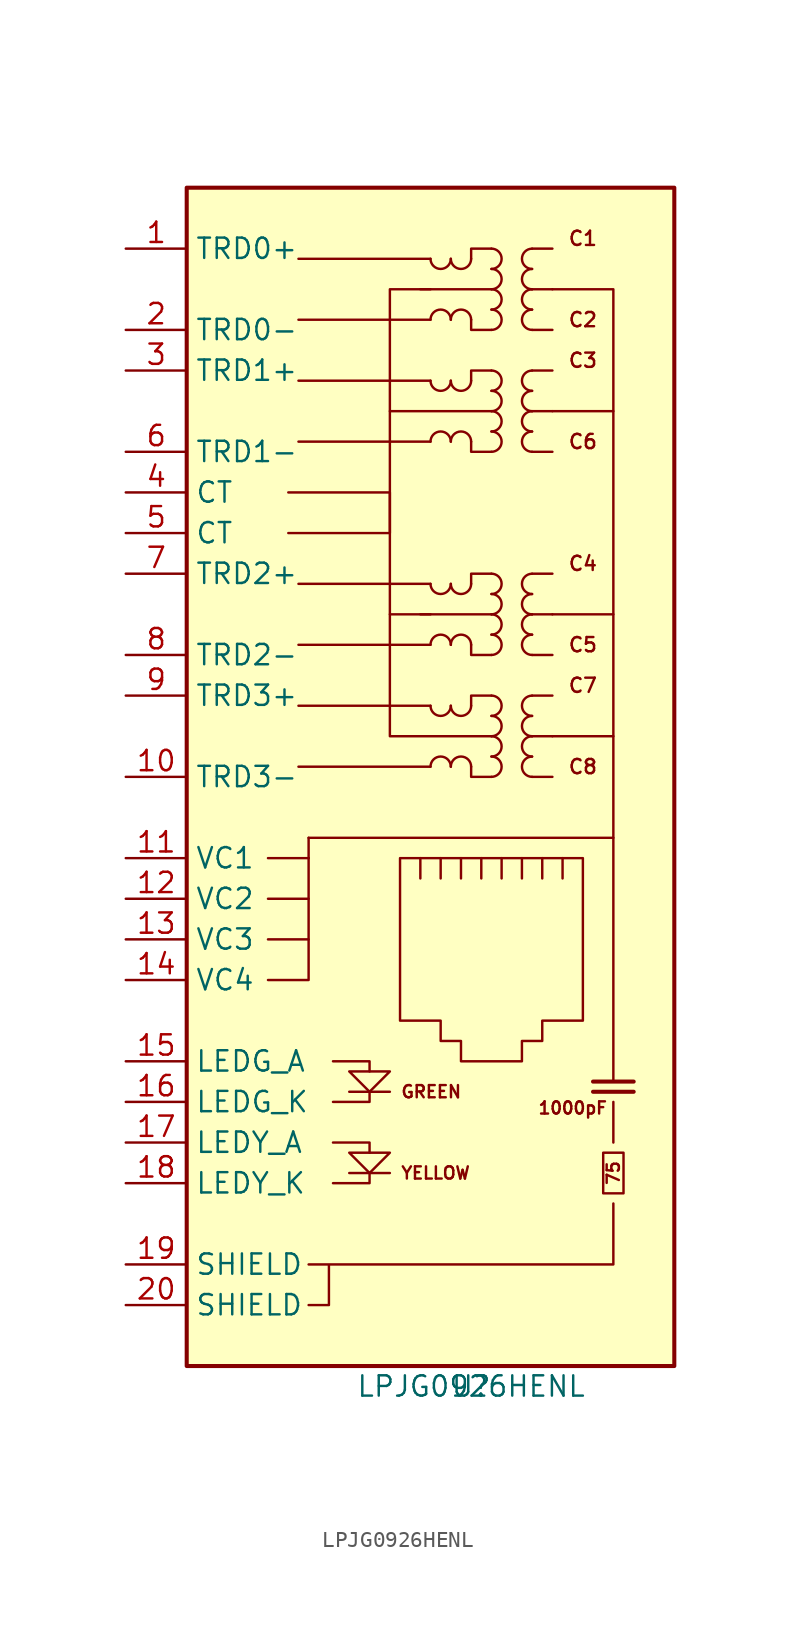
<source format=kicad_sym>
(kicad_symbol_lib
  (version 20241209)
  (generator "kicad_symbol_editor")
  (generator_version "9.0")
  (symbol "LPJG0926HENL"
    (property "Reference" "U"
      (at 0 0 0)
      (effects (font (size 1.27 1.27))))
    (property "Value" "LPJG0926HENL"
      (at 0 0 0)
      (effects (font (size 1.27 1.27))))
    (symbol "LPJG0926HENL_0_1"
      (polyline (pts (xy 1.27 60.96) (xy -5.08 60.96) (xy -5.08 68.58) (xy -2.54 68.58) (xy -5.08 68.58)) (stroke (width 0) (type default)) (fill (type none)))
      (polyline (pts (xy 1.27 40.64) (xy -5.08 40.64) (xy -5.08 48.26) (xy -2.54 48.26) (xy -5.08 48.26)) (stroke (width 0) (type default)) (fill (type none))))
    (symbol "LPJG0926HENL_1_1"
      (rectangle (start -17.78 1.27) (end 12.7 74.93) (stroke (width 0.254) (type default)) (fill (type background)))
      (polyline (pts (xy -12.7 33.02) (xy -10.16 33.02)) (stroke (width 0) (type default)) (fill (type none)))
      (polyline (pts (xy -12.7 30.48) (xy -10.16 30.48)) (stroke (width 0) (type default)) (fill (type none)))
      (polyline (pts (xy -12.7 27.94) (xy -10.16 27.94)) (stroke (width 0) (type default)) (fill (type none)))
      (polyline (pts (xy -11.43 53.34) (xy -5.08 53.34) (xy -5.08 55.88) (xy -11.43 55.88)) (stroke (width 0) (type default)) (fill (type none)))
      (polyline (pts (xy -10.16 34.29) (xy 8.89 34.29) (xy 8.89 68.58) (xy 5.08 68.58)) (stroke (width 0) (type default)) (fill (type none)))
      (polyline (pts (xy -10.16 33.02) (xy -10.16 34.29)) (stroke (width 0) (type default)) (fill (type none)))
      (polyline (pts (xy -10.16 33.02) (xy -10.16 25.4) (xy -12.7 25.4)) (stroke (width 0) (type default)) (fill (type none)))
      (polyline (pts (xy -10.16 5.08) (xy -8.89 5.08) (xy -8.89 7.62) (xy -10.16 7.62) (xy -8.89 7.62) (xy 8.89 7.62) (xy 8.89 11.43)) (stroke (width 0) (type default)) (fill (type none)))
      (polyline (pts (xy -8.636 20.32) (xy -6.35 20.32) (xy -6.35 19.685)) (stroke (width 0) (type default)) (fill (type none)))
      (polyline (pts (xy -8.636 15.24) (xy -6.35 15.24) (xy -6.35 14.605)) (stroke (width 0) (type default)) (fill (type none)))
      (polyline (pts (xy -8.636 12.7) (xy -6.35 12.7) (xy -6.35 13.335)) (stroke (width 0) (type default)) (fill (type none)))
      (polyline (pts (xy -7.62 19.685) (xy -5.08 19.685) (xy -6.35 18.415) (xy -7.62 19.685)) (stroke (width 0) (type default)) (fill (type none)))
      (polyline (pts (xy -6.35 18.415) (xy -6.35 17.78) (xy -8.636 17.78)) (stroke (width 0) (type default)) (fill (type none)))
      (polyline (pts (xy -5.08 48.26) (xy -5.08 60.96)) (stroke (width 0) (type default)) (fill (type none)))
      (polyline (pts (xy -5.08 18.415) (xy -7.62 18.415)) (stroke (width 0) (type default)) (fill (type none)))
      (polyline (pts (xy -5.08 14.605) (xy -7.62 14.605) (xy -6.35 13.335) (xy -5.08 14.605)) (stroke (width 0) (type default)) (fill (type none)))
      (polyline (pts (xy -5.08 13.335) (xy -7.62 13.335)) (stroke (width 0) (type default)) (fill (type none)))
      (polyline (pts (xy -4.445 33.02) (xy 6.985 33.02) (xy 6.985 22.86) (xy 4.445 22.86) (xy 4.445 21.59) (xy 3.175 21.59) (xy 3.175 20.32) (xy -0.635 20.32) (xy -0.635 21.59) (xy -1.905 21.59) (xy -1.905 22.86) (xy -4.445 22.86) (xy -4.445 33.02)) (stroke (width 0) (type default)) (fill (type none)))
      (polyline (pts (xy -3.175 68.58) (xy 1.27 68.58)) (stroke (width 0) (type default)) (fill (type none)))
      (polyline (pts (xy -3.175 48.26) (xy 1.27 48.26)) (stroke (width 0) (type default)) (fill (type none)))
      (polyline (pts (xy -3.175 31.75) (xy -3.175 33.02)) (stroke (width 0) (type default)) (fill (type none)))
      (polyline (pts (xy -2.54 70.485) (xy -10.795 70.485)) (stroke (width 0) (type default)) (fill (type none)))
      (polyline (pts (xy -2.54 66.675) (xy -10.795 66.675)) (stroke (width 0) (type default)) (fill (type none)))
      (polyline (pts (xy -2.54 62.865) (xy -10.795 62.865)) (stroke (width 0) (type default)) (fill (type none)))
      (polyline (pts (xy -2.54 59.055) (xy -10.795 59.055)) (stroke (width 0) (type default)) (fill (type none)))
      (polyline (pts (xy -2.54 50.165) (xy -10.795 50.165)) (stroke (width 0) (type default)) (fill (type none)))
      (polyline (pts (xy -2.54 46.355) (xy -10.795 46.355)) (stroke (width 0) (type default)) (fill (type none)))
      (polyline (pts (xy -2.54 42.545) (xy -10.795 42.545)) (stroke (width 0) (type default)) (fill (type none)))
      (polyline (pts (xy -2.54 38.735) (xy -10.795 38.735)) (stroke (width 0) (type default)) (fill (type none)))
      (arc (start -1.27 70.485) (mid -1.905 69.8527) (end -2.54 70.485) (stroke (width 0) (type default)) (fill (type none)))
      (arc (start -2.54 66.675) (mid -1.905 67.3072) (end -1.27 66.675) (stroke (width 0) (type default)) (fill (type none)))
      (arc (start -1.27 62.865) (mid -1.905 62.2327) (end -2.54 62.865) (stroke (width 0) (type default)) (fill (type none)))
      (arc (start -2.54 59.055) (mid -1.905 59.6872) (end -1.27 59.055) (stroke (width 0) (type default)) (fill (type none)))
      (arc (start -1.27 50.165) (mid -1.905 49.5327) (end -2.54 50.165) (stroke (width 0) (type default)) (fill (type none)))
      (arc (start -2.54 46.355) (mid -1.905 46.9872) (end -1.27 46.355) (stroke (width 0) (type default)) (fill (type none)))
      (arc (start -1.27 42.545) (mid -1.905 41.9127) (end -2.54 42.545) (stroke (width 0) (type default)) (fill (type none)))
      (arc (start -2.54 38.735) (mid -1.905 39.3672) (end -1.27 38.735) (stroke (width 0) (type default)) (fill (type none)))
      (polyline (pts (xy -1.905 33.02) (xy -1.905 31.75)) (stroke (width 0) (type default)) (fill (type none)))
      (arc (start 0 70.485) (mid -0.635 69.8527) (end -1.27 70.485) (stroke (width 0) (type default)) (fill (type none)))
      (arc (start -1.27 66.675) (mid -0.635 67.3072) (end 0 66.675) (stroke (width 0) (type default)) (fill (type none)))
      (arc (start 0 62.865) (mid -0.635 62.2327) (end -1.27 62.865) (stroke (width 0) (type default)) (fill (type none)))
      (arc (start -1.27 59.055) (mid -0.635 59.6872) (end 0 59.055) (stroke (width 0) (type default)) (fill (type none)))
      (arc (start 0 50.165) (mid -0.635 49.5327) (end -1.27 50.165) (stroke (width 0) (type default)) (fill (type none)))
      (arc (start -1.27 46.355) (mid -0.635 46.9872) (end 0 46.355) (stroke (width 0) (type default)) (fill (type none)))
      (arc (start 0 42.545) (mid -0.635 41.9127) (end -1.27 42.545) (stroke (width 0) (type default)) (fill (type none)))
      (arc (start -1.27 38.735) (mid -0.635 39.3672) (end 0 38.735) (stroke (width 0) (type default)) (fill (type none)))
      (polyline (pts (xy -0.635 33.02) (xy -0.635 31.75)) (stroke (width 0) (type default)) (fill (type none)))
      (polyline (pts (xy 0 66.675) (xy 0 66.04) (xy 1.27 66.04)) (stroke (width 0) (type default)) (fill (type none)))
      (polyline (pts (xy 0 59.055) (xy 0 58.42) (xy 1.27 58.42)) (stroke (width 0) (type default)) (fill (type none)))
      (polyline (pts (xy 0 46.355) (xy 0 45.72) (xy 1.27 45.72)) (stroke (width 0) (type default)) (fill (type none)))
      (polyline (pts (xy 0 38.735) (xy 0 38.1) (xy 1.27 38.1)) (stroke (width 0) (type default)) (fill (type none)))
      (polyline (pts (xy 0.635 33.02) (xy 0.635 31.75)) (stroke (width 0) (type default)) (fill (type none)))
      (arc (start 1.27 71.12) (mid 1.9022 70.485) (end 1.27 69.85) (stroke (width 0) (type default)) (fill (type none)))
      (arc (start 1.27 69.85) (mid 1.9022 69.215) (end 1.27 68.58) (stroke (width 0) (type default)) (fill (type none)))
      (arc (start 1.27 68.58) (mid 1.9022 67.945) (end 1.27 67.31) (stroke (width 0) (type default)) (fill (type none)))
      (arc (start 1.27 67.31) (mid 1.9022 66.675) (end 1.27 66.04) (stroke (width 0) (type default)) (fill (type none)))
      (arc (start 1.27 63.5) (mid 1.9022 62.865) (end 1.27 62.23) (stroke (width 0) (type default)) (fill (type none)))
      (arc (start 1.27 62.23) (mid 1.9022 61.595) (end 1.27 60.96) (stroke (width 0) (type default)) (fill (type none)))
      (arc (start 1.27 60.96) (mid 1.9022 60.325) (end 1.27 59.69) (stroke (width 0) (type default)) (fill (type none)))
      (arc (start 1.27 59.69) (mid 1.9022 59.055) (end 1.27 58.42) (stroke (width 0) (type default)) (fill (type none)))
      (arc (start 1.27 50.8) (mid 1.9022 50.165) (end 1.27 49.53) (stroke (width 0) (type default)) (fill (type none)))
      (arc (start 1.27 49.53) (mid 1.9022 48.895) (end 1.27 48.26) (stroke (width 0) (type default)) (fill (type none)))
      (arc (start 1.27 48.26) (mid 1.9022 47.625) (end 1.27 46.99) (stroke (width 0) (type default)) (fill (type none)))
      (arc (start 1.27 46.99) (mid 1.9022 46.355) (end 1.27 45.72) (stroke (width 0) (type default)) (fill (type none)))
      (arc (start 1.27 43.18) (mid 1.9022 42.545) (end 1.27 41.91) (stroke (width 0) (type default)) (fill (type none)))
      (arc (start 1.27 41.91) (mid 1.9022 41.275) (end 1.27 40.64) (stroke (width 0) (type default)) (fill (type none)))
      (arc (start 1.27 40.64) (mid 1.9022 40.005) (end 1.27 39.37) (stroke (width 0) (type default)) (fill (type none)))
      (arc (start 1.27 39.37) (mid 1.9022 38.735) (end 1.27 38.1) (stroke (width 0) (type default)) (fill (type none)))
      (polyline (pts (xy 1.27 71.12) (xy 0 71.12) (xy 0 70.485)) (stroke (width 0) (type default)) (fill (type none)))
      (polyline (pts (xy 1.27 63.5) (xy 0 63.5) (xy 0 62.865)) (stroke (width 0) (type default)) (fill (type none)))
      (polyline (pts (xy 1.27 50.8) (xy 0 50.8) (xy 0 50.165)) (stroke (width 0) (type default)) (fill (type none)))
      (polyline (pts (xy 1.27 43.18) (xy 0 43.18) (xy 0 42.545)) (stroke (width 0) (type default)) (fill (type none)))
      (polyline (pts (xy 1.905 33.02) (xy 1.905 31.75)) (stroke (width 0) (type default)) (fill (type none)))
      (polyline (pts (xy 3.175 33.02) (xy 3.175 31.75)) (stroke (width 0) (type default)) (fill (type none)))
      (polyline (pts (xy 3.81 71.12) (xy 5.08 71.12)) (stroke (width 0) (type default)) (fill (type none)))
      (polyline (pts (xy 3.81 68.58) (xy 5.08 68.58)) (stroke (width 0) (type default)) (fill (type none)))
      (polyline (pts (xy 3.81 66.04) (xy 5.08 66.04)) (stroke (width 0) (type default)) (fill (type none)))
      (polyline (pts (xy 3.81 63.5) (xy 5.08 63.5)) (stroke (width 0) (type default)) (fill (type none)))
      (polyline (pts (xy 3.81 60.96) (xy 5.08 60.96)) (stroke (width 0) (type default)) (fill (type none)))
      (polyline (pts (xy 3.81 58.42) (xy 5.08 58.42)) (stroke (width 0) (type default)) (fill (type none)))
      (polyline (pts (xy 3.81 50.8) (xy 5.08 50.8)) (stroke (width 0) (type default)) (fill (type none)))
      (polyline (pts (xy 3.81 48.26) (xy 5.08 48.26)) (stroke (width 0) (type default)) (fill (type none)))
      (polyline (pts (xy 3.81 45.72) (xy 5.08 45.72)) (stroke (width 0) (type default)) (fill (type none)))
      (polyline (pts (xy 3.81 43.18) (xy 5.08 43.18)) (stroke (width 0) (type default)) (fill (type none)))
      (polyline (pts (xy 3.81 40.64) (xy 5.08 40.64)) (stroke (width 0) (type default)) (fill (type none)))
      (polyline (pts (xy 3.81 38.1) (xy 5.08 38.1)) (stroke (width 0) (type default)) (fill (type none)))
      (arc (start 3.81 69.85) (mid 3.178 70.485) (end 3.81 71.12) (stroke (width 0) (type default)) (fill (type none)))
      (arc (start 3.81 68.58) (mid 3.178 69.215) (end 3.81 69.85) (stroke (width 0) (type default)) (fill (type none)))
      (arc (start 3.81 67.31) (mid 3.178 67.945) (end 3.81 68.58) (stroke (width 0) (type default)) (fill (type none)))
      (arc (start 3.81 66.04) (mid 3.178 66.675) (end 3.81 67.31) (stroke (width 0) (type default)) (fill (type none)))
      (arc (start 3.81 62.23) (mid 3.178 62.865) (end 3.81 63.5) (stroke (width 0) (type default)) (fill (type none)))
      (arc (start 3.81 60.96) (mid 3.178 61.595) (end 3.81 62.23) (stroke (width 0) (type default)) (fill (type none)))
      (arc (start 3.81 59.69) (mid 3.178 60.325) (end 3.81 60.96) (stroke (width 0) (type default)) (fill (type none)))
      (arc (start 3.81 58.42) (mid 3.178 59.055) (end 3.81 59.69) (stroke (width 0) (type default)) (fill (type none)))
      (arc (start 3.81 49.53) (mid 3.178 50.165) (end 3.81 50.8) (stroke (width 0) (type default)) (fill (type none)))
      (arc (start 3.81 48.26) (mid 3.178 48.895) (end 3.81 49.53) (stroke (width 0) (type default)) (fill (type none)))
      (arc (start 3.81 46.99) (mid 3.178 47.625) (end 3.81 48.26) (stroke (width 0) (type default)) (fill (type none)))
      (arc (start 3.81 45.72) (mid 3.178 46.355) (end 3.81 46.99) (stroke (width 0) (type default)) (fill (type none)))
      (arc (start 3.81 41.91) (mid 3.178 42.545) (end 3.81 43.18) (stroke (width 0) (type default)) (fill (type none)))
      (arc (start 3.81 40.64) (mid 3.178 41.275) (end 3.81 41.91) (stroke (width 0) (type default)) (fill (type none)))
      (arc (start 3.81 39.37) (mid 3.178 40.005) (end 3.81 40.64) (stroke (width 0) (type default)) (fill (type none)))
      (arc (start 3.81 38.1) (mid 3.178 38.735) (end 3.81 39.37) (stroke (width 0) (type default)) (fill (type none)))
      (polyline (pts (xy 4.445 31.75) (xy 4.445 33.02)) (stroke (width 0) (type default)) (fill (type none)))
      (polyline (pts (xy 5.08 60.96) (xy 8.89 60.96)) (stroke (width 0) (type default)) (fill (type none)))
      (polyline (pts (xy 5.08 48.26) (xy 8.89 48.26)) (stroke (width 0) (type default)) (fill (type none)))
      (polyline (pts (xy 5.08 40.64) (xy 8.89 40.64)) (stroke (width 0) (type default)) (fill (type none)))
      (polyline (pts (xy 5.715 31.75) (xy 5.715 33.02)) (stroke (width 0) (type default)) (fill (type none)))
      (polyline (pts (xy 7.62 19.05) (xy 10.16 19.05)) (stroke (width 0.254) (type default)) (fill (type none)))
      (polyline (pts (xy 7.62 18.415) (xy 10.16 18.415)) (stroke (width 0.254) (type default)) (fill (type none)))
      (polyline (pts (xy 8.89 19.05) (xy 8.89 34.29)) (stroke (width 0) (type default)) (fill (type none)))
      (polyline (pts (xy 8.89 15.24) (xy 8.89 17.78)) (stroke (width 0) (type default)) (fill (type none)))
      (rectangle (start 9.525 12.065) (end 8.255 14.605) (stroke (width 0) (type default)) (fill (type none)))
      (text "GREEN" (at -4.445 18.415 0) (effects (font (size 0.762 0.762)) (justify left)))
      (text "YELLOW" (at -4.445 13.335 0) (effects (font (size 0.762 0.762)) (justify left)))
      (text "1000pF" (at 6.35 17.399 0) (effects (font (size 0.762 0.762))))
      (text "C1" (at 6.985 71.755 0) (effects (font (size 0.889 0.889))))
      (text "C2" (at 6.985 66.675 0) (effects (font (size 0.889 0.889))))
      (text "C3" (at 6.985 64.135 0) (effects (font (size 0.889 0.889))))
      (text "C6" (at 6.985 59.055 0) (effects (font (size 0.889 0.889))))
      (text "C4" (at 6.985 51.435 0) (effects (font (size 0.889 0.889))))
      (text "C5" (at 6.985 46.355 0) (effects (font (size 0.889 0.889))))
      (text "C7" (at 6.985 43.815 0) (effects (font (size 0.889 0.889))))
      (text "C8" (at 6.985 38.735 0) (effects (font (size 0.889 0.889))))
      (text "75" (at 8.89 13.335 900) (effects (font (size 0.762 0.762))))
      (pin passive line (at -21.59 71.12 0) (length 3.81) (name "TRD0+" (effects (font (size 1.27 1.27)))) (number "1" (effects (font (size 1.27 1.27)))))
      (pin passive line (at -21.59 66.04 0) (length 3.81) (name "TRD0-" (effects (font (size 1.27 1.27)))) (number "2" (effects (font (size 1.27 1.27)))))
      (pin passive line (at -21.59 63.5 0) (length 3.81) (name "TRD1+" (effects (font (size 1.27 1.27)))) (number "3" (effects (font (size 1.27 1.27)))))
      (pin passive line (at -21.59 58.42 0) (length 3.81) (name "TRD1-" (effects (font (size 1.27 1.27)))) (number "6" (effects (font (size 1.27 1.27)))))
      (pin passive line (at -21.59 55.88 0) (length 3.81) (name "CT" (effects (font (size 1.27 1.27)))) (number "4" (effects (font (size 1.27 1.27)))))
      (pin passive line (at -21.59 53.34 0) (length 3.81) (name "CT" (effects (font (size 1.27 1.27)))) (number "5" (effects (font (size 1.27 1.27)))))
      (pin passive line (at -21.59 50.8 0) (length 3.81) (name "TRD2+" (effects (font (size 1.27 1.27)))) (number "7" (effects (font (size 1.27 1.27)))))
      (pin passive line (at -21.59 45.72 0) (length 3.81) (name "TRD2-" (effects (font (size 1.27 1.27)))) (number "8" (effects (font (size 1.27 1.27)))))
      (pin passive line (at -21.59 43.18 0) (length 3.81) (name "TRD3+" (effects (font (size 1.27 1.27)))) (number "9" (effects (font (size 1.27 1.27)))))
      (pin passive line (at -21.59 38.1 0) (length 3.81) (name "TRD3-" (effects (font (size 1.27 1.27)))) (number "10" (effects (font (size 1.27 1.27)))))
      (pin passive line (at -21.59 33.02 0) (length 3.81) (name "VC1" (effects (font (size 1.27 1.27)))) (number "11" (effects (font (size 1.27 1.27)))))
      (pin passive line (at -21.59 30.48 0) (length 3.81) (name "VC2" (effects (font (size 1.27 1.27)))) (number "12" (effects (font (size 1.27 1.27)))))
      (pin passive line (at -21.59 27.94 0) (length 3.81) (name "VC3" (effects (font (size 1.27 1.27)))) (number "13" (effects (font (size 1.27 1.27)))))
      (pin passive line (at -21.59 25.4 0) (length 3.81) (name "VC4" (effects (font (size 1.27 1.27)))) (number "14" (effects (font (size 1.27 1.27)))))
      (pin passive line (at -21.59 20.32 0) (length 3.81) (name "LEDG_A" (effects (font (size 1.27 1.27)))) (number "15" (effects (font (size 1.27 1.27)))))
      (pin passive line (at -21.59 17.78 0) (length 3.81) (name "LEDG_K" (effects (font (size 1.27 1.27)))) (number "16" (effects (font (size 1.27 1.27)))))
      (pin passive line (at -21.59 15.24 0) (length 3.81) (name "LEDY_A" (effects (font (size 1.27 1.27)))) (number "17" (effects (font (size 1.27 1.27)))))
      (pin passive line (at -21.59 12.7 0) (length 3.81) (name "LEDY_K" (effects (font (size 1.27 1.27)))) (number "18" (effects (font (size 1.27 1.27)))))
      (pin passive line (at -21.59 7.62 0) (length 3.81) (name "SHIELD" (effects (font (size 1.27 1.27)))) (number "19" (effects (font (size 1.27 1.27)))))
      (pin passive line (at -21.59 5.08 0) (length 3.81) (name "SHIELD" (effects (font (size 1.27 1.27)))) (number "20" (effects (font (size 1.27 1.27))))))))
</source>
